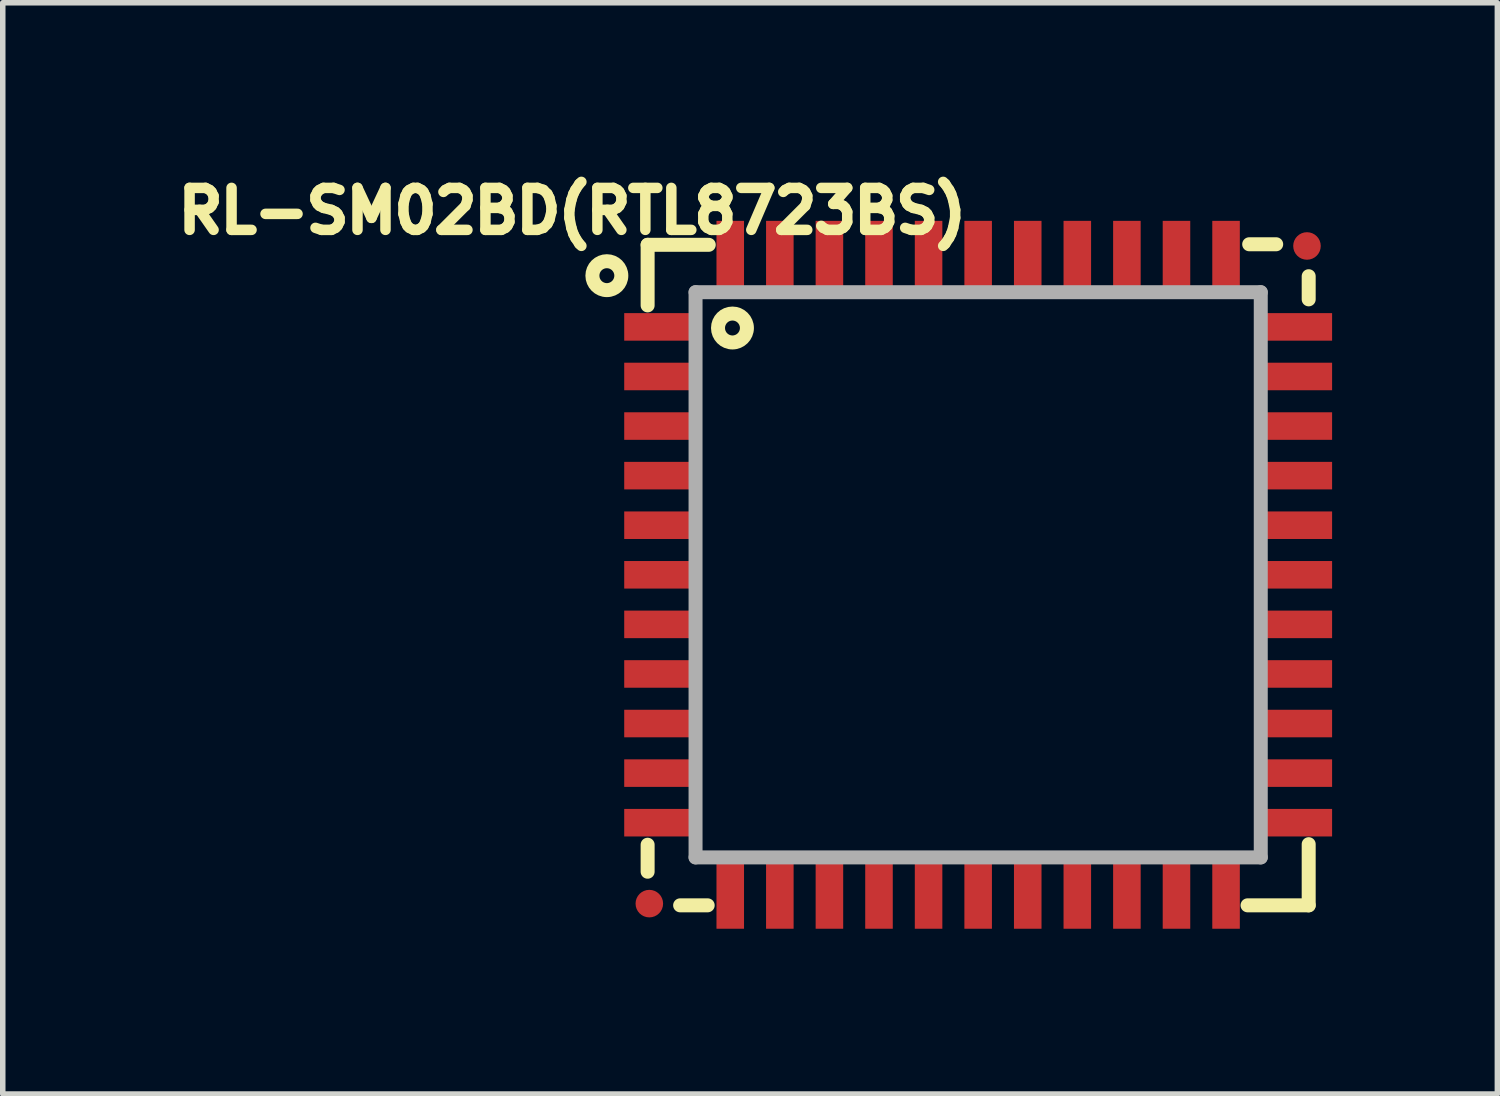
<source format=kicad_pcb>
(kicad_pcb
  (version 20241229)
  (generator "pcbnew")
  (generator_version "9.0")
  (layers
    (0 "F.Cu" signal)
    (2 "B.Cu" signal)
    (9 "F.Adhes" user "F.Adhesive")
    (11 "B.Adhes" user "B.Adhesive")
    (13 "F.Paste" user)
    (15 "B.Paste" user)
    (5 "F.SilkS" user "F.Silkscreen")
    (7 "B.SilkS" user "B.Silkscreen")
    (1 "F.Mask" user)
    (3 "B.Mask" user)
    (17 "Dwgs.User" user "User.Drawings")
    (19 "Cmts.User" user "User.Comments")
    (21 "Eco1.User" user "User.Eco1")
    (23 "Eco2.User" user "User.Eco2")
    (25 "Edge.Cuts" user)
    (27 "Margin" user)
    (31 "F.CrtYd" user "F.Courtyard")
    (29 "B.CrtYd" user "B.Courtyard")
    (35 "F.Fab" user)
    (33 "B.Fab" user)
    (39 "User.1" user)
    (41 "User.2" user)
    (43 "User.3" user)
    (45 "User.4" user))
  (footprint "RL-SM02BD(RTL8723BS)"
    (layer "F.Cu")
    (at 14.706 7.384)
    (property "Reference" "RL-SM02BD(RTL8723BS)" (at -7.366 -6.604 180) (layer "F.SilkS") (effects (font (size 0.762 0.762) (thickness 0.191))))
    (attr smd)
    (fp_line (start -6 -5.99) (end -6 -4.89) (stroke (width 0.254) (type solid)) (layer "F.SilkS"))
    (fp_line (start -6 -5.99) (end -4.89 -5.99) (stroke (width 0.254) (type solid)) (layer "F.SilkS"))
    (fp_line (start -6 4.9) (end -6 5.39) (stroke (width 0.254) (type solid)) (layer "F.SilkS"))
    (fp_line (start -5.41 6) (end -4.91 6) (stroke (width 0.254) (type solid)) (layer "F.SilkS"))
    (fp_line (start 4.92 -6) (end 5.41 -6) (stroke (width 0.254) (type solid)) (layer "F.SilkS"))
    (fp_line (start 6 -5) (end 6 -5.42) (stroke (width 0.254) (type solid)) (layer "F.SilkS"))
    (fp_line (start 6 6) (end 4.89 6) (stroke (width 0.254) (type solid)) (layer "F.SilkS"))
    (fp_line (start 6 6) (end 6 4.89) (stroke (width 0.254) (type solid)) (layer "F.SilkS"))
    (fp_circle (center -6.74 -5.43) (end -6.49 -5.51) (stroke (width 0.254) (type solid)) (fill no) (layer "F.SilkS"))
    (fp_circle (center -4.46 -4.48) (end -4.21 -4.56) (stroke (width 0.254) (type solid)) (fill no) (layer "F.SilkS"))
    (fp_line (start -5.13 -5.13) (end 5.13 -5.13) (stroke (width 0.254) (type solid)) (layer "F.Fab"))
    (fp_line (start -5.13 5.13) (end -5.13 -5.13) (stroke (width 0.254) (type solid)) (layer "F.Fab"))
    (fp_line (start 5.13 -5.13) (end 5.13 5.13) (stroke (width 0.254) (type solid)) (layer "F.Fab"))
    (fp_line (start 5.13 5.13) (end -5.13 5.13) (stroke (width 0.254) (type solid)) (layer "F.Fab"))
    (pad "" smd circle (at -5.969 5.969 270) (size 0.5 0.5) (layers "F.Cu" "F.Mask"))
    (pad "" smd circle (at 5.969 -5.969 270) (size 0.5 0.5) (layers "F.Cu" "F.Mask"))
    (pad "1" smd rect (at -5.775 -4.5) (size 1.3 0.5) (layers "F.Cu" "F.Mask" "F.Paste"))
    (pad "2" smd rect (at -5.775 -3.6) (size 1.3 0.5) (layers "F.Cu" "F.Mask" "F.Paste"))
    (pad "3" smd rect (at -5.775 -2.7) (size 1.3 0.5) (layers "F.Cu" "F.Mask" "F.Paste"))
    (pad "4" smd rect (at -5.775 -1.8) (size 1.3 0.5) (layers "F.Cu" "F.Mask" "F.Paste"))
    (pad "5" smd rect (at -5.775 -0.9) (size 1.3 0.5) (layers "F.Cu" "F.Mask" "F.Paste"))
    (pad "6" smd rect (at -5.775 0) (size 1.3 0.5) (layers "F.Cu" "F.Mask" "F.Paste"))
    (pad "7" smd rect (at -5.775 0.9) (size 1.3 0.5) (layers "F.Cu" "F.Mask" "F.Paste"))
    (pad "8" smd rect (at -5.775 1.8) (size 1.3 0.5) (layers "F.Cu" "F.Mask" "F.Paste"))
    (pad "9" smd rect (at -5.775 2.7) (size 1.3 0.5) (layers "F.Cu" "F.Mask" "F.Paste"))
    (pad "10" smd rect (at -5.775 3.6) (size 1.3 0.5) (layers "F.Cu" "F.Mask" "F.Paste"))
    (pad "11" smd rect (at -5.775 4.5) (size 1.3 0.5) (layers "F.Cu" "F.Mask" "F.Paste"))
    (pad "12" smd rect (at -4.5 5.775 90) (size 1.3 0.5) (layers "F.Cu" "F.Mask" "F.Paste"))
    (pad "13" smd rect (at -3.6 5.775 90) (size 1.3 0.5) (layers "F.Cu" "F.Mask" "F.Paste"))
    (pad "14" smd rect (at -2.7 5.775 90) (size 1.3 0.5) (layers "F.Cu" "F.Mask" "F.Paste"))
    (pad "15" smd rect (at -1.8 5.775 90) (size 1.3 0.5) (layers "F.Cu" "F.Mask" "F.Paste"))
    (pad "16" smd rect (at -0.9 5.775 90) (size 1.3 0.5) (layers "F.Cu" "F.Mask" "F.Paste"))
    (pad "17" smd rect (at 0 5.775 90) (size 1.3 0.5) (layers "F.Cu" "F.Mask" "F.Paste"))
    (pad "18" smd rect (at 0.9 5.775 90) (size 1.3 0.5) (layers "F.Cu" "F.Mask" "F.Paste"))
    (pad "19" smd rect (at 1.8 5.775 90) (size 1.3 0.5) (layers "F.Cu" "F.Mask" "F.Paste"))
    (pad "20" smd rect (at 2.7 5.775 90) (size 1.3 0.5) (layers "F.Cu" "F.Mask" "F.Paste"))
    (pad "21" smd rect (at 3.6 5.775 90) (size 1.3 0.5) (layers "F.Cu" "F.Mask" "F.Paste"))
    (pad "22" smd rect (at 4.5 5.775 90) (size 1.3 0.5) (layers "F.Cu" "F.Mask" "F.Paste"))
    (pad "23" smd rect (at 5.775 4.5 180) (size 1.3 0.5) (layers "F.Cu" "F.Mask" "F.Paste"))
    (pad "24" smd rect (at 5.775 3.6 180) (size 1.3 0.5) (layers "F.Cu" "F.Mask" "F.Paste"))
    (pad "25" smd rect (at 5.775 2.7 180) (size 1.3 0.5) (layers "F.Cu" "F.Mask" "F.Paste"))
    (pad "26" smd rect (at 5.775 1.8 180) (size 1.3 0.5) (layers "F.Cu" "F.Mask" "F.Paste"))
    (pad "27" smd rect (at 5.775 0.9 180) (size 1.3 0.5) (layers "F.Cu" "F.Mask" "F.Paste"))
    (pad "28" smd rect (at 5.775 0 180) (size 1.3 0.5) (layers "F.Cu" "F.Mask" "F.Paste"))
    (pad "29" smd rect (at 5.775 -0.9 180) (size 1.3 0.5) (layers "F.Cu" "F.Mask" "F.Paste"))
    (pad "30" smd rect (at 5.775 -1.8 180) (size 1.3 0.5) (layers "F.Cu" "F.Mask" "F.Paste"))
    (pad "31" smd rect (at 5.775 -2.7 180) (size 1.3 0.5) (layers "F.Cu" "F.Mask" "F.Paste"))
    (pad "32" smd rect (at 5.775 -3.6 180) (size 1.3 0.5) (layers "F.Cu" "F.Mask" "F.Paste"))
    (pad "33" smd rect (at 5.775 -4.5 180) (size 1.3 0.5) (layers "F.Cu" "F.Mask" "F.Paste"))
    (pad "34" smd rect (at 4.5 -5.775 270) (size 1.3 0.5) (layers "F.Cu" "F.Mask" "F.Paste"))
    (pad "35" smd rect (at 3.6 -5.775 270) (size 1.3 0.5) (layers "F.Cu" "F.Mask" "F.Paste"))
    (pad "36" smd rect (at 2.7 -5.775 270) (size 1.3 0.5) (layers "F.Cu" "F.Mask" "F.Paste"))
    (pad "37" smd rect (at 1.8 -5.775 270) (size 1.3 0.5) (layers "F.Cu" "F.Mask" "F.Paste"))
    (pad "38" smd rect (at 0.9 -5.775 270) (size 1.3 0.5) (layers "F.Cu" "F.Mask" "F.Paste"))
    (pad "39" smd rect (at 0 -5.775 270) (size 1.3 0.5) (layers "F.Cu" "F.Mask" "F.Paste"))
    (pad "40" smd rect (at -0.9 -5.775 270) (size 1.3 0.5) (layers "F.Cu" "F.Mask" "F.Paste"))
    (pad "41" smd rect (at -1.8 -5.775 270) (size 1.3 0.5) (layers "F.Cu" "F.Mask" "F.Paste"))
    (pad "42" smd rect (at -2.7 -5.775 270) (size 1.3 0.5) (layers "F.Cu" "F.Mask" "F.Paste"))
    (pad "43" smd rect (at -3.6 -5.775 270) (size 1.3 0.5) (layers "F.Cu" "F.Mask" "F.Paste"))
    (pad "44" smd rect (at -4.5 -5.775 270) (size 1.3 0.5) (layers "F.Cu" "F.Mask" "F.Paste")))
  (gr_rect
    (start -3 -3)
    (end 24.131 16.809)
    (stroke (width 0.1) (type default))
    (fill no)
    (layer "Edge.Cuts")))
</source>
